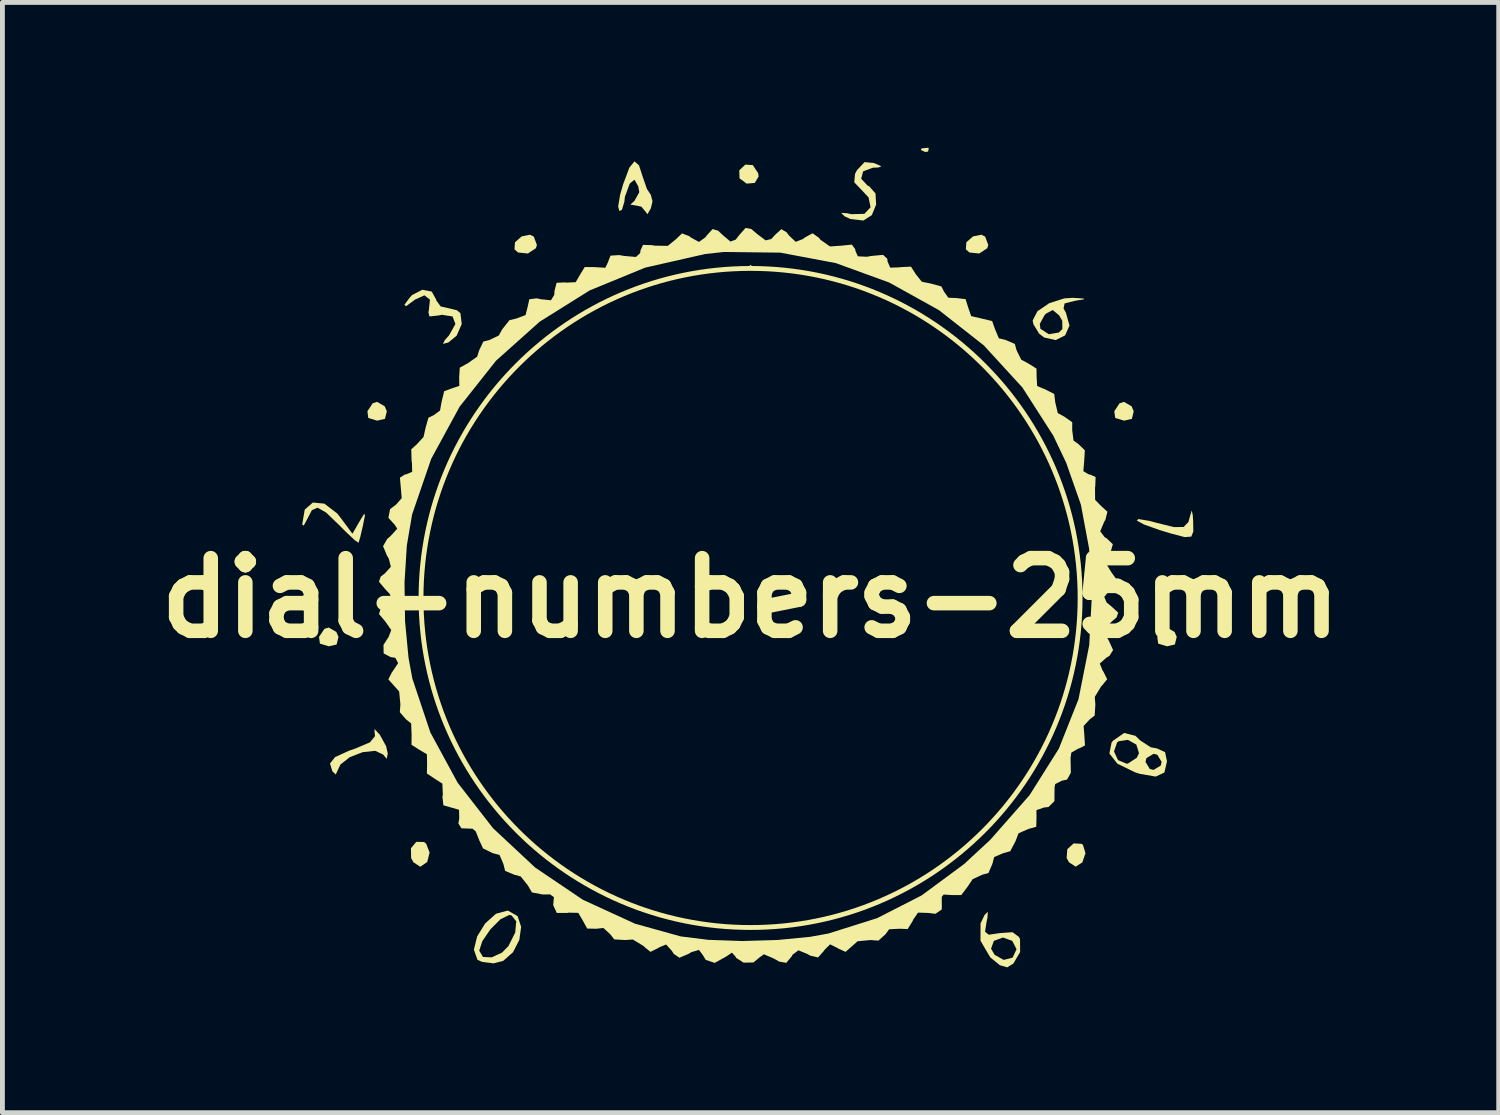
<source format=kicad_pcb>
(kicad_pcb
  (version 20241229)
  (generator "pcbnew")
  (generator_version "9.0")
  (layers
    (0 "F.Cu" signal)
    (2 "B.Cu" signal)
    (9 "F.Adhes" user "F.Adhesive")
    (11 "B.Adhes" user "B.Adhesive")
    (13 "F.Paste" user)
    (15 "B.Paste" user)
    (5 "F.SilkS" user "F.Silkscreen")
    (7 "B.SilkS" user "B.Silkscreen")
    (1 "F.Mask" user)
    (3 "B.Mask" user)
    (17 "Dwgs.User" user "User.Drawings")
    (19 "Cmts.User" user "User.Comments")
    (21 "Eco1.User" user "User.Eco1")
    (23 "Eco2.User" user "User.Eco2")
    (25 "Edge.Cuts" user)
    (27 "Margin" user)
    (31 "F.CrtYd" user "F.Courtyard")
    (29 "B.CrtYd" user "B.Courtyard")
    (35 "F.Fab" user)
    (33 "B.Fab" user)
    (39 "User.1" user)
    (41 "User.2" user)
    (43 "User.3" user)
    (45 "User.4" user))
  (footprint "dial-numbers-25mm"
    (layer "F.Cu")
    (at 12.443 9.293)
    (property "Reference" "dial-numbers-25mm" (at 0 0 0) (layer "F.SilkS") (effects (font (size 1.5 1.5) (thickness 0.3))))
    (attr board_only exclude_from_pos_files exclude_from_bom)
    (fp_circle (center 0 0) (end -0.174 6.8) (stroke (width 0.1) (type default)) (fill no) (layer "F.SilkS"))
    (fp_poly (pts (xy 0.055 -6.821) (xy 0 -6.766) (xy -0.055 -6.821) (xy 0 -6.877)) (stroke (width 0) (type solid)) (fill yes) (layer "F.SilkS"))
    (fp_poly (pts (xy 3.679 -9.28) (xy 3.664 -9.214) (xy 3.605 -9.206) (xy 3.514 -9.247) (xy 3.531 -9.28) (xy 3.662 -9.293)) (stroke (width 0) (type solid)) (fill yes) (layer "F.SilkS"))
    (fp_poly (pts (xy -8.55 0.702) (xy -8.506 0.804) (xy -8.545 0.961) (xy -8.707 0.998) (xy -8.889 0.942) (xy -8.908 0.804) (xy -8.798 0.639) (xy -8.707 0.61)) (stroke (width 0) (type solid)) (fill yes) (layer "F.SilkS"))
    (fp_poly (pts (xy -7.552 -3.956) (xy -7.508 -3.854) (xy -7.547 -3.697) (xy -7.709 -3.66) (xy -7.891 -3.716) (xy -7.909 -3.854) (xy -7.8 -4.019) (xy -7.709 -4.048)) (stroke (width 0) (type solid)) (fill yes) (layer "F.SilkS"))
    (fp_poly (pts (xy 0.046 -8.935) (xy 0.157 -8.768) (xy 0.166 -8.7) (xy 0.087 -8.567) (xy -0.081 -8.553) (xy -0.228 -8.661) (xy -0.233 -8.827) (xy -0.108 -8.945)) (stroke (width 0) (type solid)) (fill yes) (layer "F.SilkS"))
    (fp_poly (pts (xy 7.865 -3.956) (xy 7.909 -3.854) (xy 7.871 -3.697) (xy 7.709 -3.66) (xy 7.527 -3.716) (xy 7.508 -3.854) (xy 7.617 -4.019) (xy 7.709 -4.048)) (stroke (width 0) (type solid)) (fill yes) (layer "F.SilkS"))
    (fp_poly (pts (xy 8.753 0.702) (xy 8.797 0.804) (xy 8.758 0.961) (xy 8.596 0.998) (xy 8.414 0.942) (xy 8.395 0.804) (xy 8.505 0.639) (xy 8.596 0.61)) (stroke (width 0) (type solid)) (fill yes) (layer "F.SilkS"))
    (fp_poly (pts (xy -4.475 -7.459) (xy -4.41 -7.286) (xy -4.431 -7.219) (xy -4.598 -7.11) (xy -4.799 -7.131) (xy -4.873 -7.197) (xy -4.863 -7.342) (xy -4.726 -7.463) (xy -4.553 -7.498)) (stroke (width 0) (type solid)) (fill yes) (layer "F.SilkS"))
    (fp_poly (pts (xy 4.842 -7.459) (xy 4.907 -7.286) (xy 4.886 -7.219) (xy 4.719 -7.11) (xy 4.518 -7.131) (xy 4.444 -7.197) (xy 4.454 -7.342) (xy 4.591 -7.463) (xy 4.764 -7.498)) (stroke (width 0) (type solid)) (fill yes) (layer "F.SilkS"))
    (fp_poly (pts (xy 6.832 5.075) (xy 6.863 5.099) (xy 6.913 5.27) (xy 6.848 5.459) (xy 6.71 5.546) (xy 6.574 5.457) (xy 6.524 5.368) (xy 6.538 5.186) (xy 6.669 5.066)) (stroke (width 0) (type solid)) (fill yes) (layer "F.SilkS"))
    (fp_poly (pts (xy -6.741 5.037) (xy -6.696 5.073) (xy -6.625 5.255) (xy -6.674 5.449) (xy -6.813 5.546) (xy -6.821 5.546) (xy -6.958 5.457) (xy -7.006 5.372) (xy -7.011 5.167) (xy -6.9 5.034)) (stroke (width 0) (type solid)) (fill yes) (layer "F.SilkS"))
    (fp_poly (pts (xy 9.128 -1.709) (xy 9.136 -1.581) (xy 9.139 -1.371) (xy 9.097 -1.266) (xy 8.963 -1.256) (xy 8.689 -1.327) (xy 8.446 -1.401) (xy 8.122 -1.516) (xy 7.973 -1.598) (xy 8.005 -1.629) (xy 8.228 -1.592) (xy 8.381 -1.551) (xy 8.737 -1.463) (xy 8.939 -1.465) (xy 9.038 -1.568) (xy 9.072 -1.691) (xy 9.107 -1.806)) (stroke (width 0) (type solid)) (fill yes) (layer "F.SilkS"))
    (fp_poly (pts (xy -7.656 2.819) (xy -7.654 2.822) (xy -7.523 3.059) (xy -7.489 3.21) (xy -7.51 3.32) (xy -7.586 3.231) (xy -7.749 3.155) (xy -8.006 3.183) (xy -8.273 3.286) (xy -8.466 3.439) (xy -8.509 3.528) (xy -8.562 3.644) (xy -8.633 3.577) (xy -8.681 3.417) (xy -8.577 3.285) (xy -8.291 3.154) (xy -8.153 3.106) (xy -7.857 2.98) (xy -7.752 2.852) (xy -7.76 2.781) (xy -7.763 2.705)) (stroke (width 0) (type solid)) (fill yes) (layer "F.SilkS"))
    (fp_poly (pts (xy -8.797 -1.947) (xy -8.534 -1.746) (xy -8.466 -1.661) (xy -8.218 -1.326) (xy -8.073 -1.578) (xy -7.977 -1.736) (xy -7.959 -1.709) (xy -8.001 -1.497) (xy -8.057 -1.256) (xy -8.092 -1.139) (xy -8.092 -1.139) (xy -8.173 -1.195) (xy -8.357 -1.368) (xy -8.487 -1.499) (xy -8.762 -1.764) (xy -8.939 -1.864) (xy -9.057 -1.81) (xy -9.147 -1.636) (xy -9.223 -1.494) (xy -9.255 -1.516) (xy -9.203 -1.824) (xy -9.035 -1.97)) (stroke (width 0) (type solid)) (fill yes) (layer "F.SilkS"))
    (fp_poly (pts (xy 2.551 -8.977) (xy 2.7 -8.91) (xy 2.64 -8.886) (xy 2.523 -8.881) (xy 2.324 -8.806) (xy 2.283 -8.653) (xy 2.418 -8.51) (xy 2.448 -8.498) (xy 2.579 -8.35) (xy 2.592 -8.12) (xy 2.503 -7.902) (xy 2.329 -7.791) (xy 2.061 -7.822) (xy 1.941 -7.878) (xy 1.87 -7.948) (xy 1.988 -7.942) (xy 2.079 -7.922) (xy 2.35 -7.929) (xy 2.477 -8.065) (xy 2.435 -8.269) (xy 2.297 -8.416) (xy 2.14 -8.58) (xy 2.156 -8.752) (xy 2.197 -8.831) (xy 2.353 -8.997)) (stroke (width 0) (type solid)) (fill yes) (layer "F.SilkS"))
    (fp_poly (pts (xy -2.303 -8.931) (xy -2.222 -8.681) (xy -2.138 -8.44) (xy -2.058 -8.32) (xy -2.024 -8.186) (xy -2.059 -8.041) (xy -2.129 -7.921) (xy -2.155 -7.958) (xy -2.254 -8.077) (xy -2.357 -8.099) (xy -2.481 -8.119) (xy -2.397 -8.198) (xy -2.396 -8.198) (xy -2.297 -8.376) (xy -2.319 -8.499) (xy -2.396 -8.633) (xy -2.483 -8.564) (xy -2.5 -8.538) (xy -2.594 -8.28) (xy -2.605 -8.18) (xy -2.654 -8.015) (xy -2.707 -7.986) (xy -2.733 -8.08) (xy -2.693 -8.322) (xy -2.632 -8.535) (xy -2.503 -8.881) (xy -2.397 -9.012)) (stroke (width 0) (type solid)) (fill yes) (layer "F.SilkS"))
    (fp_poly (pts (xy -6.581 -6.324) (xy -6.489 -6.158) (xy -6.489 -6.144) (xy -6.397 -6.018) (xy -6.273 -5.99) (xy -6.061 -5.938) (xy -5.989 -5.878) (xy -5.962 -5.655) (xy -6.067 -5.414) (xy -6.237 -5.274) (xy -6.35 -5.244) (xy -6.312 -5.321) (xy -6.222 -5.423) (xy -6.093 -5.655) (xy -6.151 -5.811) (xy -6.372 -5.845) (xy -6.442 -5.831) (xy -6.629 -5.811) (xy -6.65 -5.904) (xy -6.642 -5.927) (xy -6.618 -6.158) (xy -6.732 -6.247) (xy -6.932 -6.156) (xy -6.943 -6.146) (xy -7.112 -6.022) (xy -7.145 -6.051) (xy -7.031 -6.206) (xy -6.985 -6.254) (xy -6.775 -6.362)) (stroke (width 0) (type solid)) (fill yes) (layer "F.SilkS"))
    (fp_poly (pts (xy -5.006 6.455) (xy -4.808 6.568) (xy -4.736 6.789) (xy -4.773 7.057) (xy -4.903 7.312) (xy -5.108 7.493) (xy -5.308 7.542) (xy -5.54 7.513) (xy -5.638 7.468) (xy -5.704 7.28) (xy -5.601 7.28) (xy -5.524 7.41) (xy -5.343 7.419) (xy -5.13 7.32) (xy -4.998 7.185) (xy -4.858 6.906) (xy -4.837 6.674) (xy -4.935 6.551) (xy -4.983 6.544) (xy -5.161 6.631) (xy -5.368 6.837) (xy -5.537 7.084) (xy -5.601 7.28) (xy -5.704 7.28) (xy -5.711 7.259) (xy -5.644 6.987) (xy -5.478 6.718) (xy -5.255 6.518) (xy -5.016 6.454)) (stroke (width 0) (type solid)) (fill yes) (layer "F.SilkS"))
    (fp_poly (pts (xy 4.89 6.598) (xy 4.872 6.682) (xy 4.84 6.889) (xy 4.916 6.951) (xy 5.144 6.918) (xy 5.407 6.899) (xy 5.54 6.997) (xy 5.562 7.045) (xy 5.564 7.309) (xy 5.425 7.546) (xy 5.298 7.625) (xy 5.145 7.58) (xy 4.946 7.417) (xy 4.946 7.416) (xy 4.842 7.239) (xy 4.964 7.239) (xy 5.037 7.365) (xy 5.225 7.471) (xy 5.408 7.425) (xy 5.49 7.251) (xy 5.49 7.25) (xy 5.402 7.078) (xy 5.209 7.009) (xy 5.022 7.079) (xy 4.964 7.239) (xy 4.842 7.239) (xy 4.746 7.074) (xy 4.747 6.718) (xy 4.83 6.544) (xy 4.898 6.476)) (stroke (width 0) (type solid)) (fill yes) (layer "F.SilkS"))
    (fp_poly (pts (xy 6.874 -6.181) (xy 6.882 -6.165) (xy 6.686 -6.132) (xy 6.482 -6.079) (xy 6.461 -5.977) (xy 6.51 -5.886) (xy 6.583 -5.623) (xy 6.493 -5.42) (xy 6.298 -5.323) (xy 6.058 -5.377) (xy 5.956 -5.457) (xy 5.838 -5.65) (xy 5.837 -5.657) (xy 5.97 -5.657) (xy 5.983 -5.556) (xy 6.157 -5.444) (xy 6.363 -5.479) (xy 6.436 -5.551) (xy 6.434 -5.721) (xy 6.369 -5.834) (xy 6.237 -5.943) (xy 6.102 -5.871) (xy 6.069 -5.839) (xy 5.97 -5.657) (xy 5.837 -5.657) (xy 5.823 -5.728) (xy 5.921 -5.918) (xy 6.164 -6.084) (xy 6.477 -6.184) (xy 6.652 -6.195)) (stroke (width 0) (type solid)) (fill yes) (layer "F.SilkS"))
    (fp_poly (pts (xy 7.944 2.845) (xy 8.041 2.939) (xy 8.26 3.082) (xy 8.388 3.106) (xy 8.556 3.182) (xy 8.596 3.371) (xy 8.542 3.603) (xy 8.364 3.687) (xy 8.037 3.631) (xy 7.934 3.598) (xy 7.572 3.421) (xy 7.407 3.212) (xy 7.415 3.168) (xy 7.502 3.168) (xy 7.585 3.347) (xy 7.762 3.421) (xy 7.79 3.418) (xy 7.843 3.383) (xy 8.152 3.383) (xy 8.241 3.53) (xy 8.319 3.549) (xy 8.466 3.461) (xy 8.485 3.383) (xy 8.396 3.236) (xy 8.319 3.217) (xy 8.172 3.305) (xy 8.152 3.383) (xy 7.843 3.383) (xy 7.974 3.297) (xy 8.018 3.202) (xy 7.963 3.027) (xy 7.789 2.929) (xy 7.598 2.957) (xy 7.565 2.984) (xy 7.502 3.168) (xy 7.415 3.168) (xy 7.451 2.987) (xy 7.479 2.949) (xy 7.711 2.787)) (stroke (width 0) (type solid)) (fill yes) (layer "F.SilkS"))
    (fp_poly (pts (xy 0.014 -7.617) (xy 0.14 -7.51) (xy 0.311 -7.381) (xy 0.427 -7.409) (xy 0.505 -7.494) (xy 0.635 -7.613) (xy 0.743 -7.549) (xy 0.795 -7.48) (xy 0.932 -7.351) (xy 1.082 -7.41) (xy 1.118 -7.439) (xy 1.28 -7.528) (xy 1.412 -7.434) (xy 1.442 -7.394) (xy 1.639 -7.256) (xy 1.874 -7.272) (xy 2.091 -7.294) (xy 2.162 -7.196) (xy 2.163 -7.169) (xy 2.214 -7.052) (xy 2.401 -7.043) (xy 2.496 -7.06) (xy 2.735 -7.082) (xy 2.823 -7.001) (xy 2.828 -6.944) (xy 2.883 -6.818) (xy 3.079 -6.825) (xy 3.096 -6.829) (xy 3.311 -6.839) (xy 3.4 -6.701) (xy 3.402 -6.694) (xy 3.535 -6.527) (xy 3.716 -6.491) (xy 3.938 -6.431) (xy 3.994 -6.322) (xy 4.083 -6.197) (xy 4.244 -6.191) (xy 4.439 -6.168) (xy 4.492 -5.996) (xy 4.554 -5.818) (xy 4.769 -5.768) (xy 4.987 -5.716) (xy 5.047 -5.546) (xy 5.125 -5.36) (xy 5.269 -5.324) (xy 5.455 -5.244) (xy 5.49 -5.115) (xy 5.587 -4.919) (xy 5.727 -4.844) (xy 5.902 -4.735) (xy 5.905 -4.56) (xy 5.916 -4.375) (xy 6.085 -4.304) (xy 6.268 -4.211) (xy 6.29 -4.035) (xy 6.341 -3.817) (xy 6.477 -3.742) (xy 6.64 -3.627) (xy 6.639 -3.466) (xy 6.666 -3.25) (xy 6.769 -3.175) (xy 6.9 -3.048) (xy 6.887 -2.827) (xy 6.869 -2.617) (xy 6.978 -2.552) (xy 6.998 -2.551) (xy 7.122 -2.497) (xy 7.115 -2.301) (xy 7.11 -2.28) (xy 7.112 -2.025) (xy 7.237 -1.898) (xy 7.366 -1.78) (xy 7.325 -1.616) (xy 7.295 -1.563) (xy 7.218 -1.376) (xy 7.307 -1.257) (xy 7.35 -1.231) (xy 7.478 -1.109) (xy 7.428 -0.935) (xy 7.412 -0.909) (xy 7.342 -0.703) (xy 7.448 -0.53) (xy 7.553 -0.384) (xy 7.492 -0.246) (xy 7.426 -0.177) (xy 7.301 -0.022) (xy 7.349 0.092) (xy 7.446 0.172) (xy 7.589 0.304) (xy 7.553 0.405) (xy 7.452 0.489) (xy 7.317 0.636) (xy 7.35 0.803) (xy 7.396 0.883) (xy 7.483 1.075) (xy 7.411 1.192) (xy 7.342 1.235) (xy 7.208 1.354) (xy 7.268 1.501) (xy 7.282 1.518) (xy 7.361 1.678) (xy 7.248 1.816) (xy 7.238 1.823) (xy 7.105 2.043) (xy 7.117 2.198) (xy 7.103 2.427) (xy 7.001 2.506) (xy 6.875 2.642) (xy 6.89 2.84) (xy 6.903 3.044) (xy 6.784 3.105) (xy 6.771 3.106) (xy 6.621 3.192) (xy 6.605 3.3) (xy 6.611 3.608) (xy 6.533 3.749) (xy 6.428 3.771) (xy 6.288 3.842) (xy 6.275 3.91) (xy 6.272 4.194) (xy 6.15 4.315) (xy 6.055 4.326) (xy 5.901 4.38) (xy 5.902 4.548) (xy 5.897 4.723) (xy 5.733 4.769) (xy 5.531 4.858) (xy 5.47 5.019) (xy 5.36 5.228) (xy 5.213 5.269) (xy 5.028 5.348) (xy 4.991 5.491) (xy 4.911 5.677) (xy 4.782 5.713) (xy 4.583 5.806) (xy 4.484 5.954) (xy 4.351 6.132) (xy 4.161 6.133) (xy 3.986 6.122) (xy 3.946 6.169) (xy 3.948 6.429) (xy 3.816 6.52) (xy 3.673 6.502) (xy 3.457 6.495) (xy 3.353 6.646) (xy 3.348 6.666) (xy 3.243 6.834) (xy 3.071 6.828) (xy 2.86 6.839) (xy 2.785 6.942) (xy 2.639 7.073) (xy 2.475 7.061) (xy 2.209 7.086) (xy 2.1 7.183) (xy 1.961 7.305) (xy 1.804 7.234) (xy 1.796 7.227) (xy 1.642 7.15) (xy 1.524 7.267) (xy 1.512 7.287) (xy 1.393 7.421) (xy 1.23 7.382) (xy 1.175 7.35) (xy 0.988 7.273) (xy 0.868 7.363) (xy 0.843 7.406) (xy 0.737 7.532) (xy 0.591 7.506) (xy 0.483 7.444) (xy 0.276 7.355) (xy 0.19 7.416) (xy 0.059 7.524) (xy -0.144 7.528) (xy -0.298 7.429) (xy -0.31 7.404) (xy -0.384 7.321) (xy -0.507 7.404) (xy -0.74 7.533) (xy -0.926 7.47) (xy -0.984 7.373) (xy -1.065 7.265) (xy -1.217 7.309) (xy -1.279 7.346) (xy -1.469 7.427) (xy -1.587 7.345) (xy -1.623 7.287) (xy -1.743 7.153) (xy -1.889 7.213) (xy -1.907 7.227) (xy -2.067 7.305) (xy -2.204 7.192) (xy -2.211 7.183) (xy -2.431 7.05) (xy -2.586 7.061) (xy -2.814 7.048) (xy -2.896 6.942) (xy -3.038 6.812) (xy -3.182 6.828) (xy -3.372 6.824) (xy -3.459 6.666) (xy -3.556 6.5) (xy -3.761 6.496) (xy -3.784 6.502) (xy -4 6.501) (xy -4.074 6.342) (xy -4.059 6.176) (xy -4.138 6.119) (xy -4.289 6.121) (xy -4.513 6.078) (xy -4.597 5.934) (xy -4.744 5.749) (xy -4.88 5.712) (xy -5.066 5.634) (xy -5.102 5.491) (xy -5.182 5.304) (xy -5.319 5.269) (xy -5.522 5.17) (xy -5.596 5.012) (xy -5.673 4.818) (xy -5.74 4.763) (xy -5.969 4.755) (xy -6.031 4.654) (xy -6.013 4.548) (xy -6.018 4.372) (xy -6.179 4.326) (xy -6.341 4.28) (xy -6.36 4.105) (xy -6.352 4.057) (xy -6.362 3.832) (xy -6.52 3.731) (xy -6.681 3.624) (xy -6.677 3.433) (xy -6.681 3.226) (xy -6.837 3.134) (xy -6.999 3.03) (xy -6.997 2.825) (xy -7.006 2.59) (xy -7.112 2.506) (xy -7.24 2.358) (xy -7.228 2.198) (xy -7.254 1.93) (xy -7.354 1.818) (xy -7.477 1.68) (xy -7.408 1.543) (xy -7.404 1.538) (xy -7.275 1.345) (xy -7.333 1.235) (xy -7.431 1.22) (xy -7.574 1.144) (xy -7.577 0.968) (xy -7.472 0.806) (xy -7.417 0.662) (xy -7.54 0.486) (xy -7.67 0.331) (xy -7.637 0.228) (xy -7.541 0.152) (xy -7.411 0.033) (xy -7.446 -0.08) (xy -7.541 -0.181) (xy -7.658 -0.321) (xy -7.143 -0.321) (xy -7.132 0.482) (xy -7.06 1.238) (xy -6.981 1.664) (xy -6.609 2.777) (xy -6.046 3.814) (xy -5.317 4.751) (xy -4.447 5.564) (xy -3.461 6.23) (xy -2.384 6.724) (xy -1.443 6.986) (xy -0.871 7.057) (xy -0.174 7.081) (xy 0.556 7.06) (xy 1.227 6.995) (xy 1.608 6.926) (xy 2.613 6.609) (xy 3.531 6.14) (xy 4.407 5.493) (xy 4.947 4.993) (xy 5.76 4.069) (xy 6.363 3.111) (xy 6.769 2.09) (xy 6.99 0.978) (xy 7.042 0.004) (xy 6.988 -1.019) (xy 6.819 -1.924) (xy 6.515 -2.791) (xy 6.249 -3.349) (xy 5.612 -4.343) (xy 4.816 -5.212) (xy 3.89 -5.94) (xy 2.862 -6.511) (xy 1.76 -6.912) (xy 0.614 -7.128) (xy -0.548 -7.142) (xy -0.935 -7.1) (xy -2.177 -6.818) (xy -3.323 -6.347) (xy -4.354 -5.702) (xy -5.254 -4.897) (xy -6.005 -3.949) (xy -6.592 -2.872) (xy -6.986 -1.724) (xy -7.095 -1.086) (xy -7.143 -0.321) (xy -7.658 -0.321) (xy -7.67 -0.336) (xy -7.635 -0.44) (xy -7.547 -0.509) (xy -7.425 -0.644) (xy -7.468 -0.813) (xy -7.505 -0.874) (xy -7.586 -1.069) (xy -7.5 -1.219) (xy -7.429 -1.28) (xy -7.293 -1.43) (xy -7.348 -1.514) (xy -7.476 -1.655) (xy -7.441 -1.834) (xy -7.318 -1.927) (xy -7.201 -2.06) (xy -7.219 -2.271) (xy -7.238 -2.483) (xy -7.132 -2.55) (xy -7.109 -2.551) (xy -6.985 -2.604) (xy -6.99 -2.797) (xy -6.997 -2.827) (xy -7.004 -3.068) (xy -6.889 -3.172) (xy -6.75 -3.324) (xy -6.71 -3.506) (xy -6.65 -3.72) (xy -6.544 -3.771) (xy -6.41 -3.868) (xy -6.378 -4.048) (xy -6.324 -4.268) (xy -6.166 -4.326) (xy -6.012 -4.378) (xy -6.015 -4.554) (xy -6.002 -4.754) (xy -5.838 -4.844) (xy -5.644 -4.98) (xy -5.601 -5.115) (xy -5.516 -5.293) (xy -5.392 -5.324) (xy -5.197 -5.418) (xy -5.126 -5.546) (xy -4.977 -5.734) (xy -4.835 -5.768) (xy -4.645 -5.839) (xy -4.603 -6.002) (xy -4.567 -6.166) (xy -4.414 -6.185) (xy -4.326 -6.166) (xy -4.12 -6.145) (xy -4.052 -6.256) (xy -4.048 -6.333) (xy -4.004 -6.506) (xy -3.834 -6.514) (xy -3.814 -6.509) (xy -3.61 -6.518) (xy -3.522 -6.67) (xy -3.423 -6.831) (xy -3.212 -6.83) (xy -3.202 -6.828) (xy -2.998 -6.816) (xy -2.939 -6.939) (xy -2.939 -6.944) (xy -2.892 -7.066) (xy -2.713 -7.078) (xy -2.607 -7.06) (xy -2.366 -7.039) (xy -2.278 -7.12) (xy -2.274 -7.169) (xy -2.221 -7.288) (xy -2.029 -7.283) (xy -1.985 -7.272) (xy -1.709 -7.268) (xy -1.553 -7.394) (xy -1.415 -7.525) (xy -1.266 -7.469) (xy -1.229 -7.439) (xy -1.066 -7.349) (xy -0.934 -7.443) (xy -0.904 -7.483) (xy -0.783 -7.615) (xy -0.67 -7.581) (xy -0.569 -7.486) (xy -0.415 -7.357) (xy -0.307 -7.397) (xy -0.226 -7.5) (xy -0.102 -7.638)) (stroke (width 0) (type solid)) (fill yes) (layer "F.SilkS")))
  (gr_rect
    (start -3 -3)
    (end 27.886 19.918)
    (stroke (width 0.1) (type default))
    (fill no)
    (layer "Edge.Cuts")))
</source>
